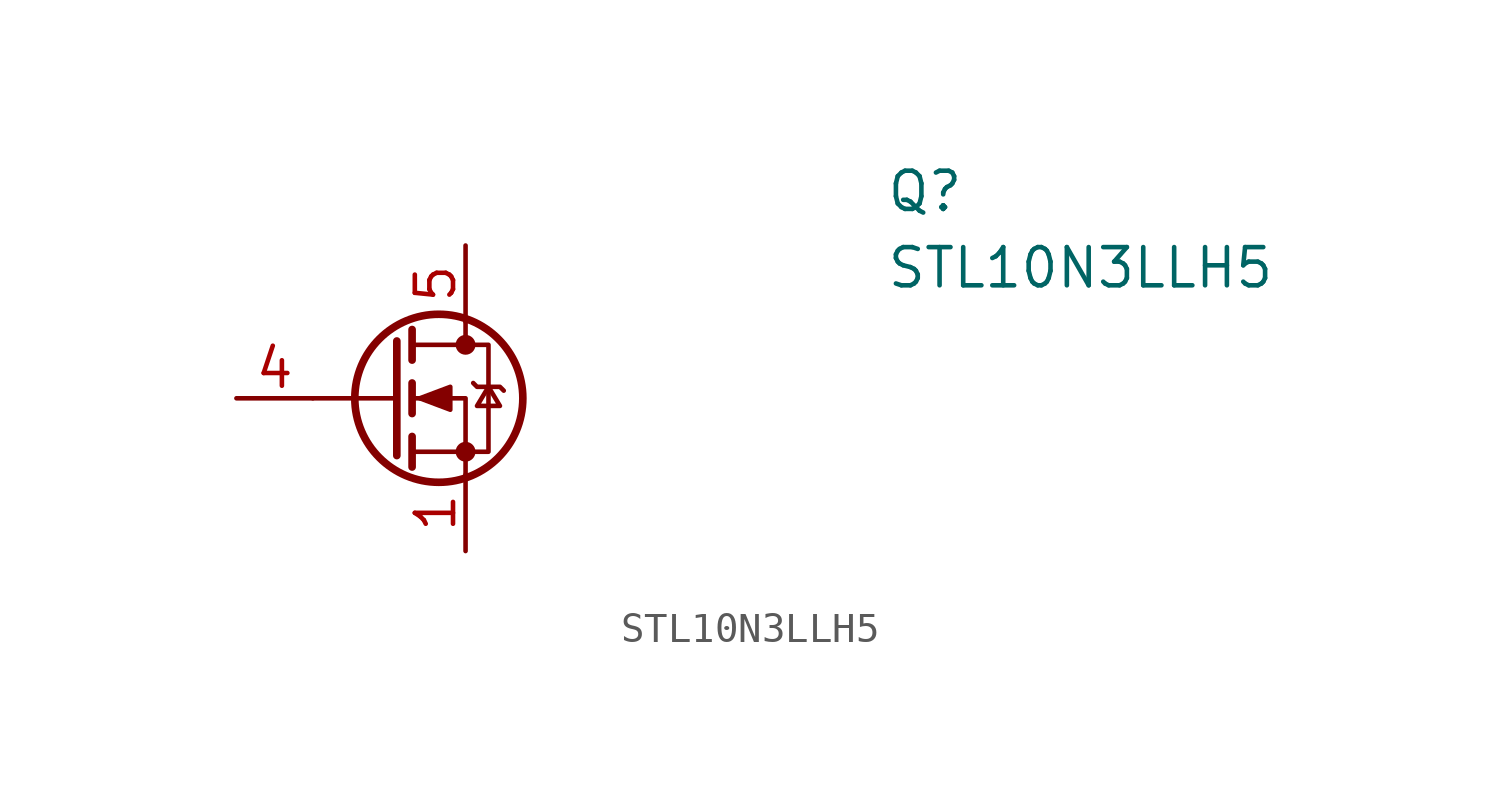
<source format=kicad_sym>
(kicad_symbol_lib
  (version 20220914)
  (generator kicad_symbol_editor)
  (symbol "STL10N3LLH5"
    (pin_names hide)
    (property "Reference" "Q"
      (at 21.59 7.62 0)
      (effects (font (size 1.27 1.27)) (justify left top)))
    (property "Value" "STL10N3LLH5"
      (at 21.59 5.08 0)
      (effects (font (size 1.27 1.27)) (justify left top)))
    (symbol "STL10N3LLH5_0_1"
      (polyline (pts (xy 5.334 0) (xy 2.54 0)) (stroke (width 0) (type default)) (fill (type none)))
      (polyline (pts (xy 5.334 1.905) (xy 5.334 -1.905)) (stroke (width 0.254) (type default)) (fill (type none)))
      (polyline (pts (xy 5.842 -1.27) (xy 5.842 -2.286)) (stroke (width 0.254) (type default)) (fill (type none)))
      (polyline (pts (xy 5.842 0.508) (xy 5.842 -0.508)) (stroke (width 0.254) (type default)) (fill (type none)))
      (polyline (pts (xy 5.842 2.286) (xy 5.842 1.27)) (stroke (width 0.254) (type default)) (fill (type none)))
      (polyline (pts (xy 7.62 2.54) (xy 7.62 1.778)) (stroke (width 0) (type default)) (fill (type none)))
      (polyline (pts (xy 7.62 -2.54) (xy 7.62 0) (xy 5.842 0)) (stroke (width 0) (type default)) (fill (type none)))
      (polyline (pts (xy 5.842 -1.778) (xy 8.382 -1.778) (xy 8.382 1.778) (xy 5.842 1.778)) (stroke (width 0) (type default)) (fill (type none)))
      (polyline (pts (xy 6.096 0) (xy 7.112 0.381) (xy 7.112 -0.381) (xy 6.096 0)) (stroke (width 0) (type default)) (fill (type outline)))
      (polyline (pts (xy 7.874 0.508) (xy 8.001 0.381) (xy 8.763 0.381) (xy 8.89 0.254)) (stroke (width 0) (type default)) (fill (type none)))
      (polyline (pts (xy 8.382 0.381) (xy 8.001 -0.254) (xy 8.763 -0.254) (xy 8.382 0.381)) (stroke (width 0) (type default)) (fill (type none)))
      (circle (center 6.731 0) (radius 2.794) (stroke (width 0.254) (type default)) (fill (type none)))
      (circle (center 7.62 -1.778) (radius 0.254) (stroke (width 0) (type default)) (fill (type outline)))
      (circle (center 7.62 1.778) (radius 0.254) (stroke (width 0) (type default)) (fill (type outline))))
    (symbol "STL10N3LLH5_1_1"
      (pin passive line (at 7.62 -5.08 90) (length 2.54) (name "S" (effects (font (size 1.27 1.27)))) (number "1" (effects (font (size 1.27 1.27)))))
      (pin passive line (at 0 0 0) (length 2.54) (name "G" (effects (font (size 1.27 1.27)))) (number "4" (effects (font (size 1.27 1.27)))))
      (pin passive line (at 7.62 5.08 270) (length 2.54) (name "D" (effects (font (size 1.27 1.27)))) (number "5" (effects (font (size 1.27 1.27))))))))
</source>
